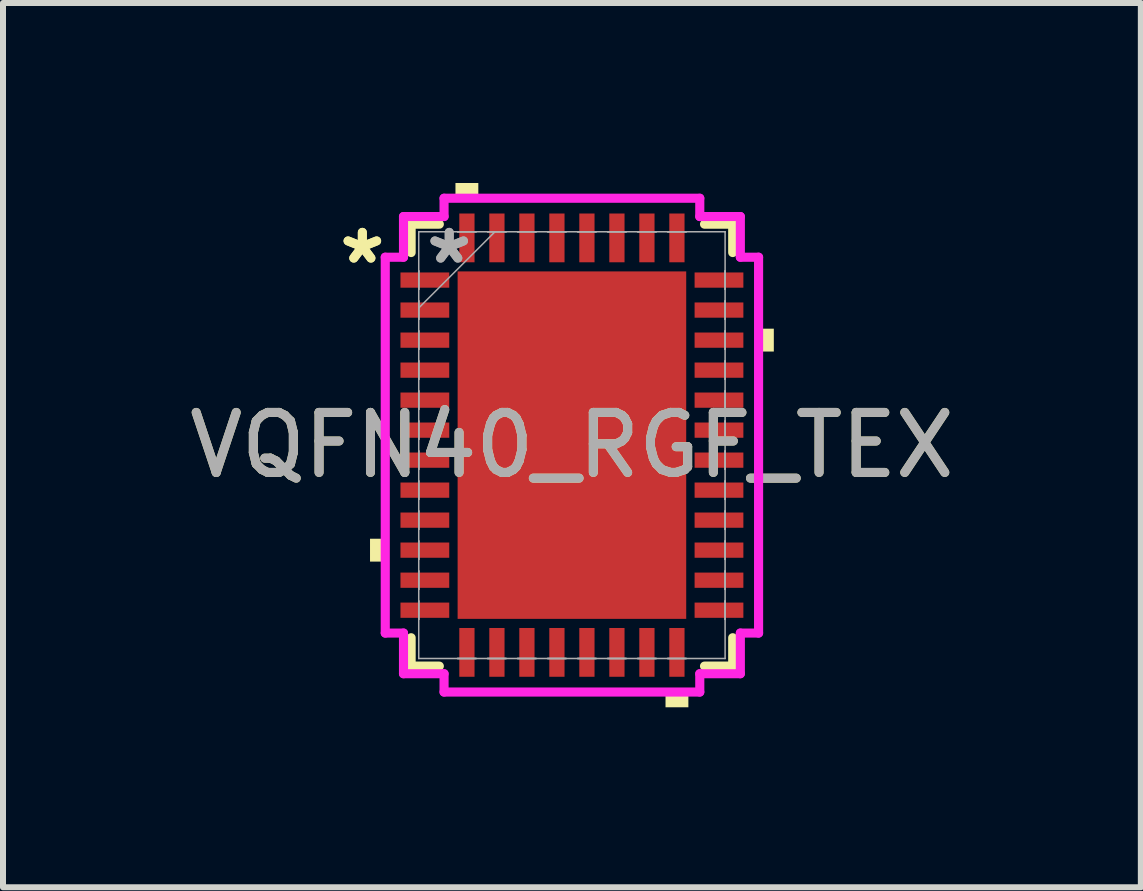
<source format=kicad_pcb>
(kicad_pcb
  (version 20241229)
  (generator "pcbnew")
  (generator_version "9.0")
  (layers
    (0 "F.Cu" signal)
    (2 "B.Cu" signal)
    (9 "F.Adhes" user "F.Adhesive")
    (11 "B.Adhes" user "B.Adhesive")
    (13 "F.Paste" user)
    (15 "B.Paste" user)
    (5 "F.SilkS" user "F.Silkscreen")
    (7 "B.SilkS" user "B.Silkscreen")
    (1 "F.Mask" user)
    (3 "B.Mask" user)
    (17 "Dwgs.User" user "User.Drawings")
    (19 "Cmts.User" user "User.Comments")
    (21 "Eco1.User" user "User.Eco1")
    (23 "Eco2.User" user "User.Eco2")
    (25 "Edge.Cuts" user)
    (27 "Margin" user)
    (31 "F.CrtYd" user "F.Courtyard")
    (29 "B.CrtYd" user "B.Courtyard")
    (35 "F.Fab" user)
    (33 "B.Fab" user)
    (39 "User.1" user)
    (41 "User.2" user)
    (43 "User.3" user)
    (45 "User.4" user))
  (footprint "VQFN40_RGF_TEX"
    (layer "F.Cu")
    (at 6.482 4.369)
    (property "Reference" "VQFN40_RGF_TEX" (at 0 0 0) (unlocked yes) (layer "F.SilkS") (effects (font (size 1 1) (thickness 0.15))))
    (attr smd)
    (fp_line (start -2.68 -3.683) (end -2.68 -3.21) (stroke (width 0.152) (type solid)) (layer "F.SilkS"))
    (fp_line (start -2.68 3.21) (end -2.68 3.683) (stroke (width 0.152) (type solid)) (layer "F.SilkS"))
    (fp_line (start -2.68 3.683) (end -2.21 3.683) (stroke (width 0.152) (type solid)) (layer "F.SilkS"))
    (fp_line (start -2.21 -3.683) (end -2.68 -3.683) (stroke (width 0.152) (type solid)) (layer "F.SilkS"))
    (fp_line (start 2.21 3.683) (end 2.68 3.683) (stroke (width 0.152) (type solid)) (layer "F.SilkS"))
    (fp_line (start 2.68 -3.683) (end 2.21 -3.683) (stroke (width 0.152) (type solid)) (layer "F.SilkS"))
    (fp_line (start 2.68 -3.21) (end 2.68 -3.683) (stroke (width 0.152) (type solid)) (layer "F.SilkS"))
    (fp_line (start 2.68 3.683) (end 2.68 3.21) (stroke (width 0.152) (type solid)) (layer "F.SilkS"))
    (fp_poly (pts (xy -3.365 1.56) (xy -3.365 1.941) (xy -3.111 1.941) (xy -3.111 1.56)) (stroke (width 0) (type solid)) (fill yes) (layer "F.SilkS"))
    (fp_poly (pts (xy -1.941 -4.115) (xy -1.941 -4.369) (xy -1.56 -4.369) (xy -1.56 -4.115)) (stroke (width 0) (type solid)) (fill yes) (layer "F.SilkS"))
    (fp_poly (pts (xy 1.56 4.115) (xy 1.56 4.369) (xy 1.941 4.369) (xy 1.941 4.115)) (stroke (width 0) (type solid)) (fill yes) (layer "F.SilkS"))
    (fp_poly (pts (xy 3.365 -1.941) (xy 3.365 -1.56) (xy 3.111 -1.56) (xy 3.111 -1.941)) (stroke (width 0) (type solid)) (fill yes) (layer "F.SilkS"))
    (fp_poly (pts (xy -1.805 -2.796) (xy -1.805 -1.548) (xy -0.735 -1.548) (xy -0.735 -2.796)) (stroke (width 0) (type solid)) (fill yes) (layer "F.Paste"))
    (fp_poly (pts (xy -1.805 -1.348) (xy -1.805 -0.1) (xy -0.735 -0.1) (xy -0.735 -1.348)) (stroke (width 0) (type solid)) (fill yes) (layer "F.Paste"))
    (fp_poly (pts (xy -1.805 0.1) (xy -1.805 1.348) (xy -0.735 1.348) (xy -0.735 0.1)) (stroke (width 0) (type solid)) (fill yes) (layer "F.Paste"))
    (fp_poly (pts (xy -1.805 1.548) (xy -1.805 2.796) (xy -0.735 2.796) (xy -0.735 1.548)) (stroke (width 0) (type solid)) (fill yes) (layer "F.Paste"))
    (fp_poly (pts (xy -0.535 -2.796) (xy -0.535 -1.548) (xy 0.535 -1.548) (xy 0.535 -2.796)) (stroke (width 0) (type solid)) (fill yes) (layer "F.Paste"))
    (fp_poly (pts (xy -0.535 -1.348) (xy -0.535 -0.1) (xy 0.535 -0.1) (xy 0.535 -1.348)) (stroke (width 0) (type solid)) (fill yes) (layer "F.Paste"))
    (fp_poly (pts (xy -0.535 0.1) (xy -0.535 1.348) (xy 0.535 1.348) (xy 0.535 0.1)) (stroke (width 0) (type solid)) (fill yes) (layer "F.Paste"))
    (fp_poly (pts (xy -0.535 1.548) (xy -0.535 2.796) (xy 0.535 2.796) (xy 0.535 1.548)) (stroke (width 0) (type solid)) (fill yes) (layer "F.Paste"))
    (fp_poly (pts (xy 0.735 -2.796) (xy 0.735 -1.548) (xy 1.805 -1.548) (xy 1.805 -2.796)) (stroke (width 0) (type solid)) (fill yes) (layer "F.Paste"))
    (fp_poly (pts (xy 0.735 -1.348) (xy 0.735 -0.1) (xy 1.805 -0.1) (xy 1.805 -1.348)) (stroke (width 0) (type solid)) (fill yes) (layer "F.Paste"))
    (fp_poly (pts (xy 0.735 0.1) (xy 0.735 1.348) (xy 1.805 1.348) (xy 1.805 0.1)) (stroke (width 0) (type solid)) (fill yes) (layer "F.Paste"))
    (fp_poly (pts (xy 0.735 1.548) (xy 0.735 2.796) (xy 1.805 2.796) (xy 1.805 1.548)) (stroke (width 0) (type solid)) (fill yes) (layer "F.Paste"))
    (fp_line (start -3.111 -3.132) (end -2.807 -3.132) (stroke (width 0.152) (type solid)) (layer "F.CrtYd"))
    (fp_line (start -3.111 3.132) (end -3.111 -3.132) (stroke (width 0.152) (type solid)) (layer "F.CrtYd"))
    (fp_line (start -2.807 -3.81) (end -2.131 -3.81) (stroke (width 0.152) (type solid)) (layer "F.CrtYd"))
    (fp_line (start -2.807 -3.132) (end -2.807 -3.81) (stroke (width 0.152) (type solid)) (layer "F.CrtYd"))
    (fp_line (start -2.807 3.132) (end -3.111 3.132) (stroke (width 0.152) (type solid)) (layer "F.CrtYd"))
    (fp_line (start -2.807 3.81) (end -2.807 3.132) (stroke (width 0.152) (type solid)) (layer "F.CrtYd"))
    (fp_line (start -2.131 -4.115) (end 2.131 -4.115) (stroke (width 0.152) (type solid)) (layer "F.CrtYd"))
    (fp_line (start -2.131 -3.81) (end -2.131 -4.115) (stroke (width 0.152) (type solid)) (layer "F.CrtYd"))
    (fp_line (start -2.131 3.81) (end -2.807 3.81) (stroke (width 0.152) (type solid)) (layer "F.CrtYd"))
    (fp_line (start -2.131 4.115) (end -2.131 3.81) (stroke (width 0.152) (type solid)) (layer "F.CrtYd"))
    (fp_line (start 2.131 -4.115) (end 2.131 -3.81) (stroke (width 0.152) (type solid)) (layer "F.CrtYd"))
    (fp_line (start 2.131 -3.81) (end 2.807 -3.81) (stroke (width 0.152) (type solid)) (layer "F.CrtYd"))
    (fp_line (start 2.131 3.81) (end 2.131 4.115) (stroke (width 0.152) (type solid)) (layer "F.CrtYd"))
    (fp_line (start 2.131 4.115) (end -2.131 4.115) (stroke (width 0.152) (type solid)) (layer "F.CrtYd"))
    (fp_line (start 2.807 -3.81) (end 2.807 -3.132) (stroke (width 0.152) (type solid)) (layer "F.CrtYd"))
    (fp_line (start 2.807 -3.132) (end 3.111 -3.132) (stroke (width 0.152) (type solid)) (layer "F.CrtYd"))
    (fp_line (start 2.807 3.132) (end 2.807 3.81) (stroke (width 0.152) (type solid)) (layer "F.CrtYd"))
    (fp_line (start 2.807 3.81) (end 2.131 3.81) (stroke (width 0.152) (type solid)) (layer "F.CrtYd"))
    (fp_line (start 3.111 -3.132) (end 3.111 3.132) (stroke (width 0.152) (type solid)) (layer "F.CrtYd"))
    (fp_line (start 3.111 3.132) (end 2.807 3.132) (stroke (width 0.152) (type solid)) (layer "F.CrtYd"))
    (fp_line (start -2.553 -3.556) (end -2.553 -3.556) (stroke (width 0.025) (type solid)) (layer "F.Fab"))
    (fp_line (start -2.553 -3.556) (end -2.553 3.556) (stroke (width 0.025) (type solid)) (layer "F.Fab"))
    (fp_line (start -2.553 -2.903) (end -2.553 -2.903) (stroke (width 0.025) (type solid)) (layer "F.Fab"))
    (fp_line (start -2.553 -2.903) (end -2.553 -2.598) (stroke (width 0.025) (type solid)) (layer "F.Fab"))
    (fp_line (start -2.553 -2.598) (end -2.553 -2.903) (stroke (width 0.025) (type solid)) (layer "F.Fab"))
    (fp_line (start -2.553 -2.598) (end -2.553 -2.598) (stroke (width 0.025) (type solid)) (layer "F.Fab"))
    (fp_line (start -2.553 -2.403) (end -2.553 -2.403) (stroke (width 0.025) (type solid)) (layer "F.Fab"))
    (fp_line (start -2.553 -2.403) (end -2.553 -2.098) (stroke (width 0.025) (type solid)) (layer "F.Fab"))
    (fp_line (start -2.553 -2.286) (end -1.283 -3.556) (stroke (width 0.025) (type solid)) (layer "F.Fab"))
    (fp_line (start -2.553 -2.098) (end -2.553 -2.403) (stroke (width 0.025) (type solid)) (layer "F.Fab"))
    (fp_line (start -2.553 -2.098) (end -2.553 -2.098) (stroke (width 0.025) (type solid)) (layer "F.Fab"))
    (fp_line (start -2.553 -1.903) (end -2.553 -1.903) (stroke (width 0.025) (type solid)) (layer "F.Fab"))
    (fp_line (start -2.553 -1.903) (end -2.553 -1.598) (stroke (width 0.025) (type solid)) (layer "F.Fab"))
    (fp_line (start -2.553 -1.598) (end -2.553 -1.903) (stroke (width 0.025) (type solid)) (layer "F.Fab"))
    (fp_line (start -2.553 -1.598) (end -2.553 -1.598) (stroke (width 0.025) (type solid)) (layer "F.Fab"))
    (fp_line (start -2.553 -1.403) (end -2.553 -1.403) (stroke (width 0.025) (type solid)) (layer "F.Fab"))
    (fp_line (start -2.553 -1.403) (end -2.553 -1.098) (stroke (width 0.025) (type solid)) (layer "F.Fab"))
    (fp_line (start -2.553 -1.098) (end -2.553 -1.403) (stroke (width 0.025) (type solid)) (layer "F.Fab"))
    (fp_line (start -2.553 -1.098) (end -2.553 -1.098) (stroke (width 0.025) (type solid)) (layer "F.Fab"))
    (fp_line (start -2.553 -0.903) (end -2.553 -0.903) (stroke (width 0.025) (type solid)) (layer "F.Fab"))
    (fp_line (start -2.553 -0.903) (end -2.553 -0.598) (stroke (width 0.025) (type solid)) (layer "F.Fab"))
    (fp_line (start -2.553 -0.598) (end -2.553 -0.903) (stroke (width 0.025) (type solid)) (layer "F.Fab"))
    (fp_line (start -2.553 -0.598) (end -2.553 -0.598) (stroke (width 0.025) (type solid)) (layer "F.Fab"))
    (fp_line (start -2.553 -0.402) (end -2.553 -0.402) (stroke (width 0.025) (type solid)) (layer "F.Fab"))
    (fp_line (start -2.553 -0.402) (end -2.553 -0.098) (stroke (width 0.025) (type solid)) (layer "F.Fab"))
    (fp_line (start -2.553 -0.098) (end -2.553 -0.402) (stroke (width 0.025) (type solid)) (layer "F.Fab"))
    (fp_line (start -2.553 -0.098) (end -2.553 -0.098) (stroke (width 0.025) (type solid)) (layer "F.Fab"))
    (fp_line (start -2.553 0.098) (end -2.553 0.098) (stroke (width 0.025) (type solid)) (layer "F.Fab"))
    (fp_line (start -2.553 0.098) (end -2.553 0.402) (stroke (width 0.025) (type solid)) (layer "F.Fab"))
    (fp_line (start -2.553 0.402) (end -2.553 0.098) (stroke (width 0.025) (type solid)) (layer "F.Fab"))
    (fp_line (start -2.553 0.402) (end -2.553 0.402) (stroke (width 0.025) (type solid)) (layer "F.Fab"))
    (fp_line (start -2.553 0.598) (end -2.553 0.598) (stroke (width 0.025) (type solid)) (layer "F.Fab"))
    (fp_line (start -2.553 0.598) (end -2.553 0.903) (stroke (width 0.025) (type solid)) (layer "F.Fab"))
    (fp_line (start -2.553 0.903) (end -2.553 0.598) (stroke (width 0.025) (type solid)) (layer "F.Fab"))
    (fp_line (start -2.553 0.903) (end -2.553 0.903) (stroke (width 0.025) (type solid)) (layer "F.Fab"))
    (fp_line (start -2.553 1.098) (end -2.553 1.098) (stroke (width 0.025) (type solid)) (layer "F.Fab"))
    (fp_line (start -2.553 1.098) (end -2.553 1.403) (stroke (width 0.025) (type solid)) (layer "F.Fab"))
    (fp_line (start -2.553 1.403) (end -2.553 1.098) (stroke (width 0.025) (type solid)) (layer "F.Fab"))
    (fp_line (start -2.553 1.403) (end -2.553 1.403) (stroke (width 0.025) (type solid)) (layer "F.Fab"))
    (fp_line (start -2.553 1.598) (end -2.553 1.598) (stroke (width 0.025) (type solid)) (layer "F.Fab"))
    (fp_line (start -2.553 1.598) (end -2.553 1.903) (stroke (width 0.025) (type solid)) (layer "F.Fab"))
    (fp_line (start -2.553 1.903) (end -2.553 1.598) (stroke (width 0.025) (type solid)) (layer "F.Fab"))
    (fp_line (start -2.553 1.903) (end -2.553 1.903) (stroke (width 0.025) (type solid)) (layer "F.Fab"))
    (fp_line (start -2.553 2.098) (end -2.553 2.098) (stroke (width 0.025) (type solid)) (layer "F.Fab"))
    (fp_line (start -2.553 2.098) (end -2.553 2.403) (stroke (width 0.025) (type solid)) (layer "F.Fab"))
    (fp_line (start -2.553 2.403) (end -2.553 2.098) (stroke (width 0.025) (type solid)) (layer "F.Fab"))
    (fp_line (start -2.553 2.403) (end -2.553 2.403) (stroke (width 0.025) (type solid)) (layer "F.Fab"))
    (fp_line (start -2.553 2.598) (end -2.553 2.598) (stroke (width 0.025) (type solid)) (layer "F.Fab"))
    (fp_line (start -2.553 2.598) (end -2.553 2.903) (stroke (width 0.025) (type solid)) (layer "F.Fab"))
    (fp_line (start -2.553 2.903) (end -2.553 2.598) (stroke (width 0.025) (type solid)) (layer "F.Fab"))
    (fp_line (start -2.553 2.903) (end -2.553 2.903) (stroke (width 0.025) (type solid)) (layer "F.Fab"))
    (fp_line (start -2.553 3.556) (end -2.553 3.556) (stroke (width 0.025) (type solid)) (layer "F.Fab"))
    (fp_line (start -2.553 3.556) (end 2.553 3.556) (stroke (width 0.025) (type solid)) (layer "F.Fab"))
    (fp_line (start -1.903 -3.556) (end -1.903 -3.556) (stroke (width 0.025) (type solid)) (layer "F.Fab"))
    (fp_line (start -1.903 -3.556) (end -1.598 -3.556) (stroke (width 0.025) (type solid)) (layer "F.Fab"))
    (fp_line (start -1.903 3.556) (end -1.903 3.556) (stroke (width 0.025) (type solid)) (layer "F.Fab"))
    (fp_line (start -1.903 3.556) (end -1.598 3.556) (stroke (width 0.025) (type solid)) (layer "F.Fab"))
    (fp_line (start -1.598 -3.556) (end -1.903 -3.556) (stroke (width 0.025) (type solid)) (layer "F.Fab"))
    (fp_line (start -1.598 -3.556) (end -1.598 -3.556) (stroke (width 0.025) (type solid)) (layer "F.Fab"))
    (fp_line (start -1.598 3.556) (end -1.903 3.556) (stroke (width 0.025) (type solid)) (layer "F.Fab"))
    (fp_line (start -1.598 3.556) (end -1.598 3.556) (stroke (width 0.025) (type solid)) (layer "F.Fab"))
    (fp_line (start -1.403 -3.556) (end -1.403 -3.556) (stroke (width 0.025) (type solid)) (layer "F.Fab"))
    (fp_line (start -1.403 -3.556) (end -1.098 -3.556) (stroke (width 0.025) (type solid)) (layer "F.Fab"))
    (fp_line (start -1.403 3.556) (end -1.403 3.556) (stroke (width 0.025) (type solid)) (layer "F.Fab"))
    (fp_line (start -1.403 3.556) (end -1.098 3.556) (stroke (width 0.025) (type solid)) (layer "F.Fab"))
    (fp_line (start -1.098 -3.556) (end -1.403 -3.556) (stroke (width 0.025) (type solid)) (layer "F.Fab"))
    (fp_line (start -1.098 -3.556) (end -1.098 -3.556) (stroke (width 0.025) (type solid)) (layer "F.Fab"))
    (fp_line (start -1.098 3.556) (end -1.403 3.556) (stroke (width 0.025) (type solid)) (layer "F.Fab"))
    (fp_line (start -1.098 3.556) (end -1.098 3.556) (stroke (width 0.025) (type solid)) (layer "F.Fab"))
    (fp_line (start -0.903 -3.556) (end -0.903 -3.556) (stroke (width 0.025) (type solid)) (layer "F.Fab"))
    (fp_line (start -0.903 -3.556) (end -0.598 -3.556) (stroke (width 0.025) (type solid)) (layer "F.Fab"))
    (fp_line (start -0.903 3.556) (end -0.903 3.556) (stroke (width 0.025) (type solid)) (layer "F.Fab"))
    (fp_line (start -0.903 3.556) (end -0.598 3.556) (stroke (width 0.025) (type solid)) (layer "F.Fab"))
    (fp_line (start -0.598 -3.556) (end -0.903 -3.556) (stroke (width 0.025) (type solid)) (layer "F.Fab"))
    (fp_line (start -0.598 -3.556) (end -0.598 -3.556) (stroke (width 0.025) (type solid)) (layer "F.Fab"))
    (fp_line (start -0.598 3.556) (end -0.903 3.556) (stroke (width 0.025) (type solid)) (layer "F.Fab"))
    (fp_line (start -0.598 3.556) (end -0.598 3.556) (stroke (width 0.025) (type solid)) (layer "F.Fab"))
    (fp_line (start -0.402 -3.556) (end -0.402 -3.556) (stroke (width 0.025) (type solid)) (layer "F.Fab"))
    (fp_line (start -0.402 -3.556) (end -0.098 -3.556) (stroke (width 0.025) (type solid)) (layer "F.Fab"))
    (fp_line (start -0.402 3.556) (end -0.402 3.556) (stroke (width 0.025) (type solid)) (layer "F.Fab"))
    (fp_line (start -0.402 3.556) (end -0.098 3.556) (stroke (width 0.025) (type solid)) (layer "F.Fab"))
    (fp_line (start -0.098 -3.556) (end -0.402 -3.556) (stroke (width 0.025) (type solid)) (layer "F.Fab"))
    (fp_line (start -0.098 -3.556) (end -0.098 -3.556) (stroke (width 0.025) (type solid)) (layer "F.Fab"))
    (fp_line (start -0.098 3.556) (end -0.402 3.556) (stroke (width 0.025) (type solid)) (layer "F.Fab"))
    (fp_line (start -0.098 3.556) (end -0.098 3.556) (stroke (width 0.025) (type solid)) (layer "F.Fab"))
    (fp_line (start 0.098 -3.556) (end 0.098 -3.556) (stroke (width 0.025) (type solid)) (layer "F.Fab"))
    (fp_line (start 0.098 -3.556) (end 0.402 -3.556) (stroke (width 0.025) (type solid)) (layer "F.Fab"))
    (fp_line (start 0.098 3.556) (end 0.098 3.556) (stroke (width 0.025) (type solid)) (layer "F.Fab"))
    (fp_line (start 0.098 3.556) (end 0.402 3.556) (stroke (width 0.025) (type solid)) (layer "F.Fab"))
    (fp_line (start 0.402 -3.556) (end 0.098 -3.556) (stroke (width 0.025) (type solid)) (layer "F.Fab"))
    (fp_line (start 0.402 -3.556) (end 0.402 -3.556) (stroke (width 0.025) (type solid)) (layer "F.Fab"))
    (fp_line (start 0.402 3.556) (end 0.098 3.556) (stroke (width 0.025) (type solid)) (layer "F.Fab"))
    (fp_line (start 0.402 3.556) (end 0.402 3.556) (stroke (width 0.025) (type solid)) (layer "F.Fab"))
    (fp_line (start 0.598 -3.556) (end 0.598 -3.556) (stroke (width 0.025) (type solid)) (layer "F.Fab"))
    (fp_line (start 0.598 -3.556) (end 0.903 -3.556) (stroke (width 0.025) (type solid)) (layer "F.Fab"))
    (fp_line (start 0.598 3.556) (end 0.598 3.556) (stroke (width 0.025) (type solid)) (layer "F.Fab"))
    (fp_line (start 0.598 3.556) (end 0.903 3.556) (stroke (width 0.025) (type solid)) (layer "F.Fab"))
    (fp_line (start 0.903 -3.556) (end 0.598 -3.556) (stroke (width 0.025) (type solid)) (layer "F.Fab"))
    (fp_line (start 0.903 -3.556) (end 0.903 -3.556) (stroke (width 0.025) (type solid)) (layer "F.Fab"))
    (fp_line (start 0.903 3.556) (end 0.598 3.556) (stroke (width 0.025) (type solid)) (layer "F.Fab"))
    (fp_line (start 0.903 3.556) (end 0.903 3.556) (stroke (width 0.025) (type solid)) (layer "F.Fab"))
    (fp_line (start 1.098 -3.556) (end 1.098 -3.556) (stroke (width 0.025) (type solid)) (layer "F.Fab"))
    (fp_line (start 1.098 -3.556) (end 1.403 -3.556) (stroke (width 0.025) (type solid)) (layer "F.Fab"))
    (fp_line (start 1.098 3.556) (end 1.098 3.556) (stroke (width 0.025) (type solid)) (layer "F.Fab"))
    (fp_line (start 1.098 3.556) (end 1.403 3.556) (stroke (width 0.025) (type solid)) (layer "F.Fab"))
    (fp_line (start 1.403 -3.556) (end 1.098 -3.556) (stroke (width 0.025) (type solid)) (layer "F.Fab"))
    (fp_line (start 1.403 -3.556) (end 1.403 -3.556) (stroke (width 0.025) (type solid)) (layer "F.Fab"))
    (fp_line (start 1.403 3.556) (end 1.098 3.556) (stroke (width 0.025) (type solid)) (layer "F.Fab"))
    (fp_line (start 1.403 3.556) (end 1.403 3.556) (stroke (width 0.025) (type solid)) (layer "F.Fab"))
    (fp_line (start 1.598 -3.556) (end 1.598 -3.556) (stroke (width 0.025) (type solid)) (layer "F.Fab"))
    (fp_line (start 1.598 -3.556) (end 1.903 -3.556) (stroke (width 0.025) (type solid)) (layer "F.Fab"))
    (fp_line (start 1.598 3.556) (end 1.598 3.556) (stroke (width 0.025) (type solid)) (layer "F.Fab"))
    (fp_line (start 1.598 3.556) (end 1.903 3.556) (stroke (width 0.025) (type solid)) (layer "F.Fab"))
    (fp_line (start 1.903 -3.556) (end 1.598 -3.556) (stroke (width 0.025) (type solid)) (layer "F.Fab"))
    (fp_line (start 1.903 -3.556) (end 1.903 -3.556) (stroke (width 0.025) (type solid)) (layer "F.Fab"))
    (fp_line (start 1.903 3.556) (end 1.598 3.556) (stroke (width 0.025) (type solid)) (layer "F.Fab"))
    (fp_line (start 1.903 3.556) (end 1.903 3.556) (stroke (width 0.025) (type solid)) (layer "F.Fab"))
    (fp_line (start 2.553 -3.556) (end -2.553 -3.556) (stroke (width 0.025) (type solid)) (layer "F.Fab"))
    (fp_line (start 2.553 -3.556) (end 2.553 -3.556) (stroke (width 0.025) (type solid)) (layer "F.Fab"))
    (fp_line (start 2.553 -2.903) (end 2.553 -2.903) (stroke (width 0.025) (type solid)) (layer "F.Fab"))
    (fp_line (start 2.553 -2.903) (end 2.553 -2.598) (stroke (width 0.025) (type solid)) (layer "F.Fab"))
    (fp_line (start 2.553 -2.598) (end 2.553 -2.903) (stroke (width 0.025) (type solid)) (layer "F.Fab"))
    (fp_line (start 2.553 -2.598) (end 2.553 -2.598) (stroke (width 0.025) (type solid)) (layer "F.Fab"))
    (fp_line (start 2.553 -2.403) (end 2.553 -2.403) (stroke (width 0.025) (type solid)) (layer "F.Fab"))
    (fp_line (start 2.553 -2.403) (end 2.553 -2.098) (stroke (width 0.025) (type solid)) (layer "F.Fab"))
    (fp_line (start 2.553 -2.098) (end 2.553 -2.403) (stroke (width 0.025) (type solid)) (layer "F.Fab"))
    (fp_line (start 2.553 -2.098) (end 2.553 -2.098) (stroke (width 0.025) (type solid)) (layer "F.Fab"))
    (fp_line (start 2.553 -1.903) (end 2.553 -1.903) (stroke (width 0.025) (type solid)) (layer "F.Fab"))
    (fp_line (start 2.553 -1.903) (end 2.553 -1.598) (stroke (width 0.025) (type solid)) (layer "F.Fab"))
    (fp_line (start 2.553 -1.598) (end 2.553 -1.903) (stroke (width 0.025) (type solid)) (layer "F.Fab"))
    (fp_line (start 2.553 -1.598) (end 2.553 -1.598) (stroke (width 0.025) (type solid)) (layer "F.Fab"))
    (fp_line (start 2.553 -1.403) (end 2.553 -1.403) (stroke (width 0.025) (type solid)) (layer "F.Fab"))
    (fp_line (start 2.553 -1.403) (end 2.553 -1.098) (stroke (width 0.025) (type solid)) (layer "F.Fab"))
    (fp_line (start 2.553 -1.098) (end 2.553 -1.403) (stroke (width 0.025) (type solid)) (layer "F.Fab"))
    (fp_line (start 2.553 -1.098) (end 2.553 -1.098) (stroke (width 0.025) (type solid)) (layer "F.Fab"))
    (fp_line (start 2.553 -0.903) (end 2.553 -0.903) (stroke (width 0.025) (type solid)) (layer "F.Fab"))
    (fp_line (start 2.553 -0.903) (end 2.553 -0.598) (stroke (width 0.025) (type solid)) (layer "F.Fab"))
    (fp_line (start 2.553 -0.598) (end 2.553 -0.903) (stroke (width 0.025) (type solid)) (layer "F.Fab"))
    (fp_line (start 2.553 -0.598) (end 2.553 -0.598) (stroke (width 0.025) (type solid)) (layer "F.Fab"))
    (fp_line (start 2.553 -0.402) (end 2.553 -0.402) (stroke (width 0.025) (type solid)) (layer "F.Fab"))
    (fp_line (start 2.553 -0.402) (end 2.553 -0.098) (stroke (width 0.025) (type solid)) (layer "F.Fab"))
    (fp_line (start 2.553 -0.098) (end 2.553 -0.402) (stroke (width 0.025) (type solid)) (layer "F.Fab"))
    (fp_line (start 2.553 -0.098) (end 2.553 -0.098) (stroke (width 0.025) (type solid)) (layer "F.Fab"))
    (fp_line (start 2.553 0.098) (end 2.553 0.098) (stroke (width 0.025) (type solid)) (layer "F.Fab"))
    (fp_line (start 2.553 0.098) (end 2.553 0.402) (stroke (width 0.025) (type solid)) (layer "F.Fab"))
    (fp_line (start 2.553 0.402) (end 2.553 0.098) (stroke (width 0.025) (type solid)) (layer "F.Fab"))
    (fp_line (start 2.553 0.402) (end 2.553 0.402) (stroke (width 0.025) (type solid)) (layer "F.Fab"))
    (fp_line (start 2.553 0.598) (end 2.553 0.598) (stroke (width 0.025) (type solid)) (layer "F.Fab"))
    (fp_line (start 2.553 0.598) (end 2.553 0.903) (stroke (width 0.025) (type solid)) (layer "F.Fab"))
    (fp_line (start 2.553 0.903) (end 2.553 0.598) (stroke (width 0.025) (type solid)) (layer "F.Fab"))
    (fp_line (start 2.553 0.903) (end 2.553 0.903) (stroke (width 0.025) (type solid)) (layer "F.Fab"))
    (fp_line (start 2.553 1.098) (end 2.553 1.098) (stroke (width 0.025) (type solid)) (layer "F.Fab"))
    (fp_line (start 2.553 1.098) (end 2.553 1.403) (stroke (width 0.025) (type solid)) (layer "F.Fab"))
    (fp_line (start 2.553 1.403) (end 2.553 1.098) (stroke (width 0.025) (type solid)) (layer "F.Fab"))
    (fp_line (start 2.553 1.403) (end 2.553 1.403) (stroke (width 0.025) (type solid)) (layer "F.Fab"))
    (fp_line (start 2.553 1.598) (end 2.553 1.598) (stroke (width 0.025) (type solid)) (layer "F.Fab"))
    (fp_line (start 2.553 1.598) (end 2.553 1.903) (stroke (width 0.025) (type solid)) (layer "F.Fab"))
    (fp_line (start 2.553 1.903) (end 2.553 1.598) (stroke (width 0.025) (type solid)) (layer "F.Fab"))
    (fp_line (start 2.553 1.903) (end 2.553 1.903) (stroke (width 0.025) (type solid)) (layer "F.Fab"))
    (fp_line (start 2.553 2.098) (end 2.553 2.098) (stroke (width 0.025) (type solid)) (layer "F.Fab"))
    (fp_line (start 2.553 2.098) (end 2.553 2.403) (stroke (width 0.025) (type solid)) (layer "F.Fab"))
    (fp_line (start 2.553 2.403) (end 2.553 2.098) (stroke (width 0.025) (type solid)) (layer "F.Fab"))
    (fp_line (start 2.553 2.403) (end 2.553 2.403) (stroke (width 0.025) (type solid)) (layer "F.Fab"))
    (fp_line (start 2.553 2.598) (end 2.553 2.598) (stroke (width 0.025) (type solid)) (layer "F.Fab"))
    (fp_line (start 2.553 2.598) (end 2.553 2.903) (stroke (width 0.025) (type solid)) (layer "F.Fab"))
    (fp_line (start 2.553 2.903) (end 2.553 2.598) (stroke (width 0.025) (type solid)) (layer "F.Fab"))
    (fp_line (start 2.553 2.903) (end 2.553 2.903) (stroke (width 0.025) (type solid)) (layer "F.Fab"))
    (fp_line (start 2.553 3.556) (end 2.553 -3.556) (stroke (width 0.025) (type solid)) (layer "F.Fab"))
    (fp_line (start 2.553 3.556) (end 2.553 3.556) (stroke (width 0.025) (type solid)) (layer "F.Fab"))
    (fp_text user "*" (at -3.493 -3.001 0) (layer "F.SilkS") (effects (font (size 1 1) (thickness 0.15))))
    (fp_text user "*" (at -3.493 -3.001 0) (unlocked yes) (layer "F.SilkS") (effects (font (size 1 1) (thickness 0.15))))
    (fp_text user "*" (at -2.045 -3.001 0) (layer "F.Fab") (effects (font (size 1 1) (thickness 0.15))))
    (fp_text user "${REFERENCE}" (at 0 0 0) (unlocked yes) (layer "F.Fab") (effects (font (size 1 1) (thickness 0.15))))
    (fp_text user "*" (at -2.045 -3.001 0) (unlocked yes) (layer "F.Fab") (effects (font (size 1 1) (thickness 0.15))))
    (pad "1" smd rect (at -2.451 -2.751 90) (size 0.254 0.813) (layers "F.Cu" "F.Mask" "F.Paste"))
    (pad "2" smd rect (at -2.451 -2.251 90) (size 0.254 0.813) (layers "F.Cu" "F.Mask" "F.Paste"))
    (pad "3" smd rect (at -2.451 -1.75 90) (size 0.254 0.813) (layers "F.Cu" "F.Mask" "F.Paste"))
    (pad "4" smd rect (at -2.451 -1.25 90) (size 0.254 0.813) (layers "F.Cu" "F.Mask" "F.Paste"))
    (pad "5" smd rect (at -2.451 -0.75 90) (size 0.254 0.813) (layers "F.Cu" "F.Mask" "F.Paste"))
    (pad "6" smd rect (at -2.451 -0.25 90) (size 0.254 0.813) (layers "F.Cu" "F.Mask" "F.Paste"))
    (pad "7" smd rect (at -2.451 0.25 90) (size 0.254 0.813) (layers "F.Cu" "F.Mask" "F.Paste"))
    (pad "8" smd rect (at -2.451 0.75 90) (size 0.254 0.813) (layers "F.Cu" "F.Mask" "F.Paste"))
    (pad "9" smd rect (at -2.451 1.25 90) (size 0.254 0.813) (layers "F.Cu" "F.Mask" "F.Paste"))
    (pad "10" smd rect (at -2.451 1.75 90) (size 0.254 0.813) (layers "F.Cu" "F.Mask" "F.Paste"))
    (pad "11" smd rect (at -2.451 2.251 90) (size 0.254 0.813) (layers "F.Cu" "F.Mask" "F.Paste"))
    (pad "12" smd rect (at -2.451 2.751 90) (size 0.254 0.813) (layers "F.Cu" "F.Mask" "F.Paste"))
    (pad "13" smd rect (at -1.75 3.454) (size 0.254 0.813) (layers "F.Cu" "F.Mask" "F.Paste"))
    (pad "14" smd rect (at -1.25 3.454) (size 0.254 0.813) (layers "F.Cu" "F.Mask" "F.Paste"))
    (pad "15" smd rect (at -0.75 3.454) (size 0.254 0.813) (layers "F.Cu" "F.Mask" "F.Paste"))
    (pad "16" smd rect (at -0.25 3.454) (size 0.254 0.813) (layers "F.Cu" "F.Mask" "F.Paste"))
    (pad "17" smd rect (at 0.25 3.454) (size 0.254 0.813) (layers "F.Cu" "F.Mask" "F.Paste"))
    (pad "18" smd rect (at 0.75 3.454) (size 0.254 0.813) (layers "F.Cu" "F.Mask" "F.Paste"))
    (pad "19" smd rect (at 1.25 3.454) (size 0.254 0.813) (layers "F.Cu" "F.Mask" "F.Paste"))
    (pad "20" smd rect (at 1.75 3.454) (size 0.254 0.813) (layers "F.Cu" "F.Mask" "F.Paste"))
    (pad "21" smd rect (at 2.451 2.751 90) (size 0.254 0.813) (layers "F.Cu" "F.Mask" "F.Paste"))
    (pad "22" smd rect (at 2.451 2.251 90) (size 0.254 0.813) (layers "F.Cu" "F.Mask" "F.Paste"))
    (pad "23" smd rect (at 2.451 1.75 90) (size 0.254 0.813) (layers "F.Cu" "F.Mask" "F.Paste"))
    (pad "24" smd rect (at 2.451 1.25 90) (size 0.254 0.813) (layers "F.Cu" "F.Mask" "F.Paste"))
    (pad "25" smd rect (at 2.451 0.75 90) (size 0.254 0.813) (layers "F.Cu" "F.Mask" "F.Paste"))
    (pad "26" smd rect (at 2.451 0.25 90) (size 0.254 0.813) (layers "F.Cu" "F.Mask" "F.Paste"))
    (pad "27" smd rect (at 2.451 -0.25 90) (size 0.254 0.813) (layers "F.Cu" "F.Mask" "F.Paste"))
    (pad "28" smd rect (at 2.451 -0.75 90) (size 0.254 0.813) (layers "F.Cu" "F.Mask" "F.Paste"))
    (pad "29" smd rect (at 2.451 -1.25 90) (size 0.254 0.813) (layers "F.Cu" "F.Mask" "F.Paste"))
    (pad "30" smd rect (at 2.451 -1.75 90) (size 0.254 0.813) (layers "F.Cu" "F.Mask" "F.Paste"))
    (pad "31" smd rect (at 2.451 -2.251 90) (size 0.254 0.813) (layers "F.Cu" "F.Mask" "F.Paste"))
    (pad "32" smd rect (at 2.451 -2.751 90) (size 0.254 0.813) (layers "F.Cu" "F.Mask" "F.Paste"))
    (pad "33" smd rect (at 1.75 -3.454) (size 0.254 0.813) (layers "F.Cu" "F.Mask" "F.Paste"))
    (pad "34" smd rect (at 1.25 -3.454) (size 0.254 0.813) (layers "F.Cu" "F.Mask" "F.Paste"))
    (pad "35" smd rect (at 0.75 -3.454) (size 0.254 0.813) (layers "F.Cu" "F.Mask" "F.Paste"))
    (pad "36" smd rect (at 0.25 -3.454) (size 0.254 0.813) (layers "F.Cu" "F.Mask" "F.Paste"))
    (pad "37" smd rect (at -0.25 -3.454) (size 0.254 0.813) (layers "F.Cu" "F.Mask" "F.Paste"))
    (pad "38" smd rect (at -0.75 -3.454) (size 0.254 0.813) (layers "F.Cu" "F.Mask" "F.Paste"))
    (pad "39" smd rect (at -1.25 -3.454) (size 0.254 0.813) (layers "F.Cu" "F.Mask" "F.Paste"))
    (pad "40" smd rect (at -1.75 -3.454) (size 0.254 0.813) (layers "F.Cu" "F.Mask" "F.Paste"))
    (pad "41" smd rect (at 0 0) (size 3.81 5.791) (layers "F.Cu" "F.Mask" "F.Paste")))
  (gr_rect
    (start -3 -3)
    (end 15.964 11.738)
    (stroke (width 0.1) (type default))
    (fill no)
    (layer "Edge.Cuts")))
</source>
